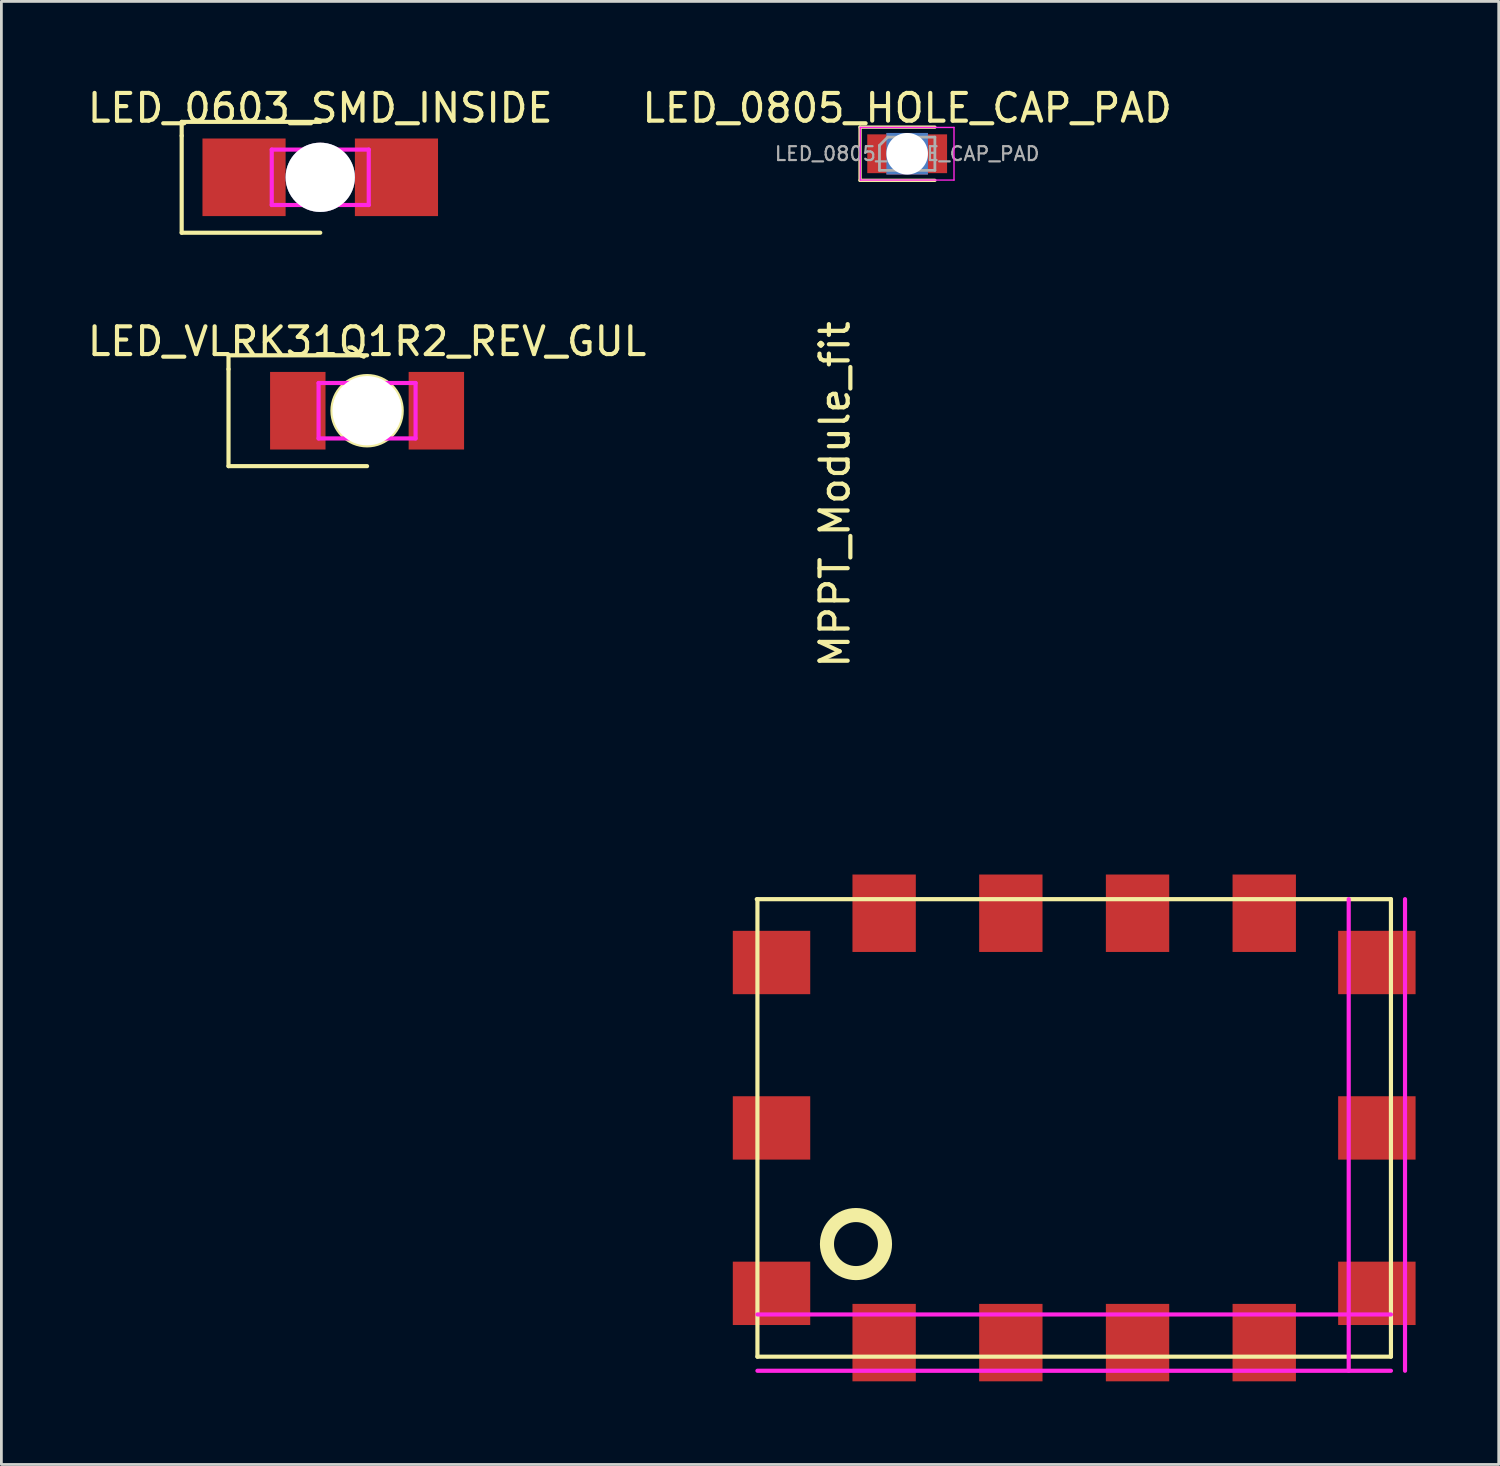
<source format=kicad_pcb>
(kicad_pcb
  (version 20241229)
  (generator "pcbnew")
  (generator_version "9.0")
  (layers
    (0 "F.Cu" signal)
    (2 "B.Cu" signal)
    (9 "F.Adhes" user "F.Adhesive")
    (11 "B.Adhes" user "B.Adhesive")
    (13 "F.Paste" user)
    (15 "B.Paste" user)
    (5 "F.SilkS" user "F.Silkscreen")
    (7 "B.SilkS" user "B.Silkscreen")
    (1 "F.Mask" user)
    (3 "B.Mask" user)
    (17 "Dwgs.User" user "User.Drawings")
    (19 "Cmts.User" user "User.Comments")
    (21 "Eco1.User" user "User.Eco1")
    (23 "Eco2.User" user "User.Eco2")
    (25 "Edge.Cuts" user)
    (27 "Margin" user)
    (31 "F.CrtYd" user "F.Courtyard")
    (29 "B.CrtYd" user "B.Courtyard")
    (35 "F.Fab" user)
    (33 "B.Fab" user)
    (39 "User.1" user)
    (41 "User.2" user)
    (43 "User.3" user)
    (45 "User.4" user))
  (footprint "MPPT_Module_fit"
    (layer "F.Cu")
    (at 24.282 29.396)
    (property "Reference" "MPPT_Module_fit" (at 2.794 -14.605 270) (layer "F.SilkS") (effects (font (size 1.016 1.016) (thickness 0.152))))
    (attr smd)
    (fp_line (start -0.025 0) (end 22.86 0) (stroke (width 0.15) (type solid)) (layer "F.SilkS"))
    (fp_line (start 0 16.51) (end 0 0) (stroke (width 0.15) (type solid)) (layer "F.SilkS"))
    (fp_line (start 22.86 0) (end 22.86 16.51) (stroke (width 0.15) (type solid)) (layer "F.SilkS"))
    (fp_line (start 22.86 16.51) (end 0 16.51) (stroke (width 0.15) (type solid)) (layer "F.SilkS"))
    (fp_circle (center 3.556 12.446) (end 4.572 12.7) (stroke (width 0.508) (type solid)) (fill no) (layer "F.SilkS"))
    (fp_line (start 21.336 17.018) (end 21.336 0) (stroke (width 0.15) (type solid)) (layer "F.CrtYd"))
    (fp_line (start 22.86 14.986) (end 0 14.986) (stroke (width 0.15) (type solid)) (layer "F.CrtYd"))
    (fp_line (start 22.86 17.018) (end 0 17.018) (stroke (width 0.15) (type solid)) (layer "F.CrtYd"))
    (fp_line (start 23.368 17.018) (end 23.368 0) (stroke (width 0.15) (type solid)) (layer "F.CrtYd"))
    (pad "1" smd rect (at 4.572 16.002 90) (size 2.794 2.286) (layers "F.Cu" "F.Mask" "F.Paste"))
    (pad "2" smd rect (at 9.144 16.002 90) (size 2.794 2.286) (layers "F.Cu" "F.Mask" "F.Paste"))
    (pad "3" smd rect (at 13.716 16.002 90) (size 2.794 2.286) (layers "F.Cu" "F.Mask" "F.Paste"))
    (pad "4" smd rect (at 18.288 16.002 270) (size 2.794 2.286) (layers "F.Cu" "F.Mask" "F.Paste"))
    (pad "5" smd rect (at 22.352 14.224 180) (size 2.794 2.286) (layers "F.Cu" "F.Mask" "F.Paste"))
    (pad "6" smd rect (at 22.352 8.255 180) (size 2.794 2.286) (layers "F.Cu" "F.Mask" "F.Paste"))
    (pad "7" smd rect (at 22.352 2.286 180) (size 2.794 2.286) (layers "F.Cu" "F.Mask" "F.Paste"))
    (pad "8" smd rect (at 18.288 0.508 270) (size 2.794 2.286) (layers "F.Cu" "F.Mask" "F.Paste"))
    (pad "9" smd rect (at 13.716 0.508 90) (size 2.794 2.286) (layers "F.Cu" "F.Mask" "F.Paste"))
    (pad "10" smd rect (at 9.144 0.508 90) (size 2.794 2.286) (layers "F.Cu" "F.Mask" "F.Paste"))
    (pad "11" smd rect (at 4.572 0.508 90) (size 2.794 2.286) (layers "F.Cu" "F.Mask" "F.Paste"))
    (pad "12" smd rect (at 0.508 2.286 180) (size 2.794 2.286) (layers "F.Cu" "F.Mask" "F.Paste"))
    (pad "13" smd rect (at 0.508 8.255 180) (size 2.794 2.286) (layers "F.Cu" "F.Mask" "F.Paste"))
    (pad "14" smd rect (at 0.508 14.224 180) (size 2.794 2.286) (layers "F.Cu" "F.Mask" "F.Paste")))
  (footprint "LED_0603_SMD_INSIDE"
    (layer "F.Cu")
    (at 8.506 3.348)
    (property "Reference" "LED_0603_SMD_INSIDE" (at 0 -2.5 0) (layer "F.SilkS") (effects (font (size 1 1) (thickness 0.15))))
    (attr smd)
    (fp_line (start -5 -2) (end -5 -1.5) (stroke (width 0.15) (type solid)) (layer "F.SilkS"))
    (fp_line (start -5 -1.5) (end -5 2) (stroke (width 0.15) (type solid)) (layer "F.SilkS"))
    (fp_line (start -5 2) (end 0 2) (stroke (width 0.15) (type solid)) (layer "F.SilkS"))
    (fp_line (start 0 -2) (end -5 -2) (stroke (width 0.15) (type solid)) (layer "F.SilkS"))
    (fp_line (start -1.75 -1) (end 1.75 -1) (stroke (width 0.15) (type solid)) (layer "F.CrtYd"))
    (fp_line (start -1.75 1) (end -1.75 -1) (stroke (width 0.15) (type solid)) (layer "F.CrtYd"))
    (fp_line (start 1.75 -1) (end 1.75 1) (stroke (width 0.15) (type solid)) (layer "F.CrtYd"))
    (fp_line (start 1.75 1) (end -1.75 1) (stroke (width 0.15) (type solid)) (layer "F.CrtYd"))
    (fp_line (start -0.8 -0.4) (end -0.8 0.4) (stroke (width 0.1) (type solid)) (layer "F.Fab"))
    (fp_line (start -0.8 -0.4) (end 0.8 -0.4) (stroke (width 0.1) (type solid)) (layer "F.Fab"))
    (fp_line (start -0.2 -0.2) (end -0.2 0.2) (stroke (width 0.1) (type solid)) (layer "F.Fab"))
    (fp_line (start -0.15 0) (end 0.15 -0.2) (stroke (width 0.1) (type solid)) (layer "F.Fab"))
    (fp_line (start 0.15 -0.2) (end 0.15 0.2) (stroke (width 0.1) (type solid)) (layer "F.Fab"))
    (fp_line (start 0.15 0.2) (end -0.15 0) (stroke (width 0.1) (type solid)) (layer "F.Fab"))
    (fp_line (start 0.8 -0.4) (end 0.8 0.4) (stroke (width 0.1) (type solid)) (layer "F.Fab"))
    (fp_line (start 0.8 0.4) (end -0.8 0.4) (stroke (width 0.1) (type solid)) (layer "F.Fab"))
    (pad "" thru_hole circle (at 0 0) (size 2.5 2.5) (drill 2.5) (layers "*.Cu"))
    (pad "1" smd rect (at -2.75 0) (size 3 2.8) (layers "F.Cu" "F.Mask" "F.Paste"))
    (pad "2" smd rect (at 2.75 0) (size 3 2.8) (layers "F.Cu" "F.Mask" "F.Paste")))
  (footprint "LED_0805_HOLE_CAP_PAD"
    (layer "F.Cu")
    (at 29.685 2.498)
    (property "Reference" "LED_0805_HOLE_CAP_PAD" (at 0 -1.65 0) (layer "F.SilkS") (effects (font (size 1 1) (thickness 0.15))))
    (attr smd)
    (fp_line (start -1.7 -0.96) (end -1.7 0.96) (stroke (width 0.12) (type solid)) (layer "F.SilkS"))
    (fp_line (start -1.7 0.96) (end 1 0.96) (stroke (width 0.12) (type solid)) (layer "F.SilkS"))
    (fp_line (start 1 -0.96) (end -1.7 -0.96) (stroke (width 0.12) (type solid)) (layer "F.SilkS"))
    (fp_line (start -1.69 -0.95) (end 1.69 -0.95) (stroke (width 0.05) (type solid)) (layer "F.CrtYd"))
    (fp_line (start -1.69 0.95) (end -1.69 -0.95) (stroke (width 0.05) (type solid)) (layer "F.CrtYd"))
    (fp_line (start 1.69 -0.95) (end 1.69 0.95) (stroke (width 0.05) (type solid)) (layer "F.CrtYd"))
    (fp_line (start 1.69 0.95) (end -1.69 0.95) (stroke (width 0.05) (type solid)) (layer "F.CrtYd"))
    (fp_line (start -1 -0.3) (end -1 0.6) (stroke (width 0.1) (type solid)) (layer "F.Fab"))
    (fp_line (start -1 0.6) (end 1 0.6) (stroke (width 0.1) (type solid)) (layer "F.Fab"))
    (fp_line (start -0.7 -0.6) (end -1 -0.3) (stroke (width 0.1) (type solid)) (layer "F.Fab"))
    (fp_line (start 1 -0.6) (end -0.7 -0.6) (stroke (width 0.1) (type solid)) (layer "F.Fab"))
    (fp_line (start 1 0.6) (end 1 -0.6) (stroke (width 0.1) (type solid)) (layer "F.Fab"))
    (fp_text user "${REFERENCE}" (at 0 0 0) (layer "F.Fab") (effects (font (size 0.5 0.5) (thickness 0.08))))
    (pad "" np_thru_hole rect (at 0 0 270) (size 1.5 1.5) (drill 1.5) (layers "*.Cu"))
    (pad "1" smd rect (at -0.88 0) (size 1.12 1.4) (layers "F.Cu" "F.Mask" "F.Paste"))
    (pad "2" smd rect (at 0.88 0) (size 1.12 1.4) (layers "F.Cu" "F.Mask" "F.Paste")))
  (footprint "LED_VLRK31Q1R2_REV_GUL"
    (layer "F.Cu")
    (at 10.196 11.771)
    (property "Reference" "LED_VLRK31Q1R2_REV_GUL" (at 0 -2.5 0) (layer "F.SilkS") (effects (font (size 1 1) (thickness 0.15))))
    (attr smd)
    (fp_line (start -5 -2) (end -5 -1.5) (stroke (width 0.15) (type solid)) (layer "F.SilkS"))
    (fp_line (start -5 -1.5) (end -5 2) (stroke (width 0.15) (type solid)) (layer "F.SilkS"))
    (fp_line (start -5 2) (end 0 2) (stroke (width 0.15) (type solid)) (layer "F.SilkS"))
    (fp_line (start 0 -2) (end -5 -2) (stroke (width 0.15) (type solid)) (layer "F.SilkS"))
    (fp_circle (center 0 0) (end 1.25 0) (stroke (width 0.15) (type solid)) (fill no) (layer "F.SilkS"))
    (fp_line (start -1.75 -1) (end 1.75 -1) (stroke (width 0.15) (type solid)) (layer "F.CrtYd"))
    (fp_line (start -1.75 1) (end -1.75 -1) (stroke (width 0.15) (type solid)) (layer "F.CrtYd"))
    (fp_line (start 1.75 -1) (end 1.75 1) (stroke (width 0.15) (type solid)) (layer "F.CrtYd"))
    (fp_line (start 1.75 1) (end -1.75 1) (stroke (width 0.15) (type solid)) (layer "F.CrtYd"))
    (fp_line (start -0.8 -0.4) (end -0.8 0.4) (stroke (width 0.1) (type solid)) (layer "F.Fab"))
    (fp_line (start -0.8 -0.4) (end 0.8 -0.4) (stroke (width 0.1) (type solid)) (layer "F.Fab"))
    (fp_line (start -0.2 -0.2) (end -0.2 0.2) (stroke (width 0.1) (type solid)) (layer "F.Fab"))
    (fp_line (start -0.15 0) (end 0.15 -0.2) (stroke (width 0.1) (type solid)) (layer "F.Fab"))
    (fp_line (start 0.15 -0.2) (end 0.15 0.2) (stroke (width 0.1) (type solid)) (layer "F.Fab"))
    (fp_line (start 0.15 0.2) (end -0.15 0) (stroke (width 0.1) (type solid)) (layer "F.Fab"))
    (fp_line (start 0.8 -0.4) (end 0.8 0.4) (stroke (width 0.1) (type solid)) (layer "F.Fab"))
    (fp_line (start 0.8 0.4) (end -0.8 0.4) (stroke (width 0.1) (type solid)) (layer "F.Fab"))
    (pad "" thru_hole circle (at 0 0) (size 2.5 2.5) (drill 2.5) (layers "*.Cu"))
    (pad "1" smd rect (at -2.5 0) (size 2 2.8) (layers "F.Cu" "F.Mask" "F.Paste"))
    (pad "2" smd rect (at 2.5 0) (size 2 2.8) (layers "F.Cu" "F.Mask" "F.Paste")))
  (gr_rect
    (start -3 -3)
    (end 51.031 49.795)
    (stroke (width 0.1) (type default))
    (fill no)
    (layer "Edge.Cuts")))
</source>
